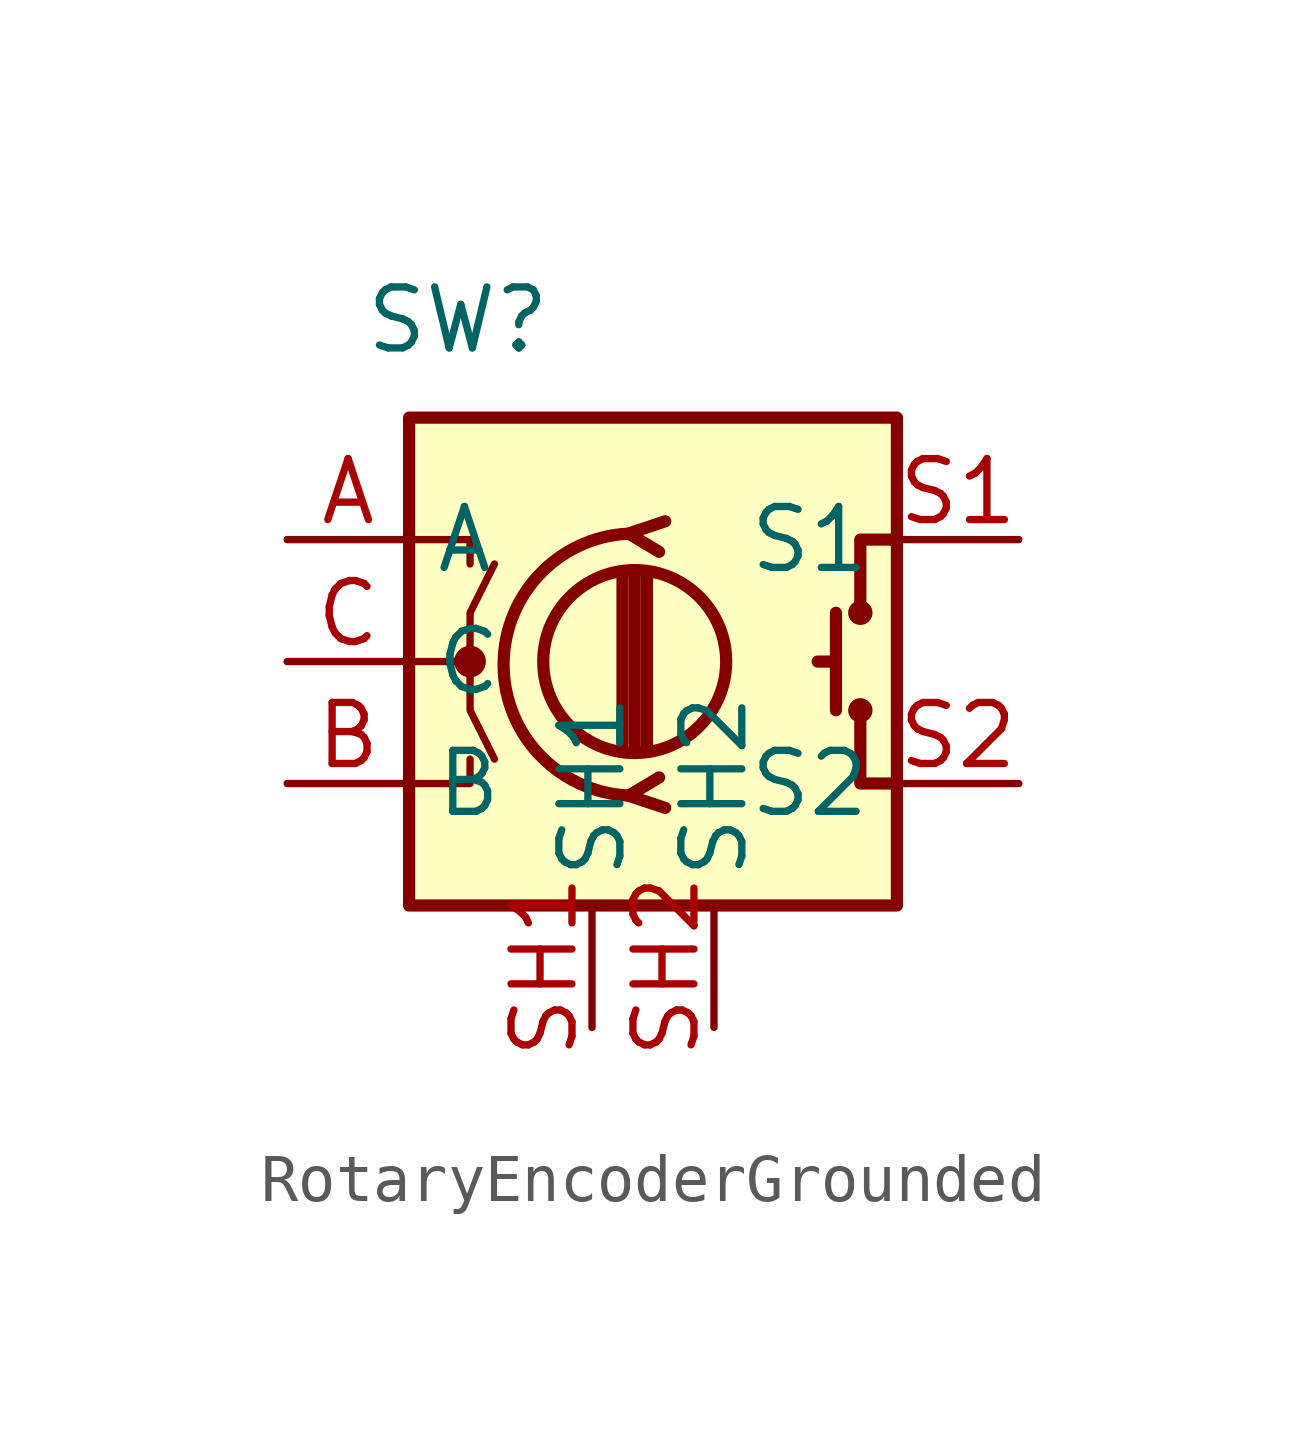
<source format=kicad_sym>
(kicad_symbol_lib
  (version 20231120)
  (generator "kicad_symbol_editor")
  (generator_version "8.0")
  (symbol "RotaryEncoderGrounded"
    (property "Reference" "SW"
      (at 3.556 4.572 0)
      (effects (font (size 1.27 1.27))))
    (property "Value" ""
      (at 0 0 0)
      (effects (font (size 1.27 1.27))))
    (symbol "RotaryEncoderGrounded_0_1"
      (polyline (pts (xy 6.985 -4.318) (xy 6.985 -0.762)) (stroke (width 0.254) (type default)) (fill (type none)))
      (polyline (pts (xy 7.239 -4.318) (xy 7.239 -0.762)) (stroke (width 0.254) (type default)) (fill (type none)))
      (polyline (pts (xy 7.493 -0.762) (xy 7.493 -4.318)) (stroke (width 0.254) (type default)) (fill (type none)))
      (polyline (pts (xy 11.43 -2.54) (xy 11.049 -2.54)) (stroke (width 0.254) (type default)) (fill (type none)))
      (polyline (pts (xy 11.43 -1.524) (xy 11.43 -3.556)) (stroke (width 0.254) (type default)) (fill (type none)))
      (polyline (pts (xy 2.54 -5.08) (xy 3.81 -5.08) (xy 3.81 -4.572)) (stroke (width 0) (type default)) (fill (type none)))
      (polyline (pts (xy 2.54 0) (xy 3.81 0) (xy 3.81 -0.508)) (stroke (width 0) (type default)) (fill (type none)))
      (polyline (pts (xy 7.874 -5.588) (xy 7.112 -5.334) (xy 7.747 -4.953)) (stroke (width 0.254) (type default)) (fill (type none)))
      (polyline (pts (xy 7.874 0.381) (xy 7.112 0.127) (xy 7.747 -0.254)) (stroke (width 0.254) (type default)) (fill (type none)))
      (polyline (pts (xy 12.7 -5.08) (xy 11.938 -5.08) (xy 11.938 -3.556)) (stroke (width 0.254) (type default)) (fill (type none)))
      (polyline (pts (xy 12.7 0) (xy 11.938 0) (xy 11.938 -1.524)) (stroke (width 0.254) (type default)) (fill (type none)))
      (polyline (pts (xy 2.54 -2.54) (xy 3.81 -2.54) (xy 3.81 -3.556) (xy 4.318 -4.572)) (stroke (width 0) (type default)) (fill (type none)))
      (polyline (pts (xy 3.302 -2.54) (xy 3.81 -2.54) (xy 3.81 -1.524) (xy 4.318 -0.508)) (stroke (width 0) (type default)) (fill (type none)))
      (rectangle (start 2.54 2.54) (end 12.7 -7.62) (stroke (width 0.254) (type default)) (fill (type background)))
      (circle (center 3.81 -2.54) (radius 0.254) (stroke (width 0) (type default)) (fill (type outline)))
      (circle (center 7.239 -2.54) (radius 1.905) (stroke (width 0.254) (type default)) (fill (type none)))
      (arc (start 7.239 0.127) (mid 4.5212 -2.6035) (end 7.239 -5.334) (stroke (width 0.254) (type default)) (fill (type none)))
      (circle (center 11.938 -3.556) (radius 0.127) (stroke (width 0.254) (type default)) (fill (type none)))
      (circle (center 11.938 -1.524) (radius 0.127) (stroke (width 0.254) (type default)) (fill (type none))))
    (symbol "RotaryEncoderGrounded_1_1"
      (pin passive line (at 0 0 0) (length 2.54) (name "A" (effects (font (size 1.27 1.27)))) (number "A" (effects (font (size 1.27 1.27)))))
      (pin passive line (at 0 -5.08 0) (length 2.54) (name "B" (effects (font (size 1.27 1.27)))) (number "B" (effects (font (size 1.27 1.27)))))
      (pin passive line (at 0 -2.54 0) (length 2.54) (name "C" (effects (font (size 1.27 1.27)))) (number "C" (effects (font (size 1.27 1.27)))))
      (pin passive line (at 15.24 0 180) (length 2.54) (name "S1" (effects (font (size 1.27 1.27)))) (number "S1" (effects (font (size 1.27 1.27)))))
      (pin passive line (at 15.24 -5.08 180) (length 2.54) (name "S2" (effects (font (size 1.27 1.27)))) (number "S2" (effects (font (size 1.27 1.27)))))
      (pin passive line (at 6.35 -10.16 90) (length 2.54) (name "SH1" (effects (font (size 1.27 1.27)))) (number "SH1" (effects (font (size 1.27 1.27)))))
      (pin passive line (at 8.89 -10.16 90) (length 2.54) (name "SH2" (effects (font (size 1.27 1.27)))) (number "SH2" (effects (font (size 1.27 1.27))))))))
</source>
